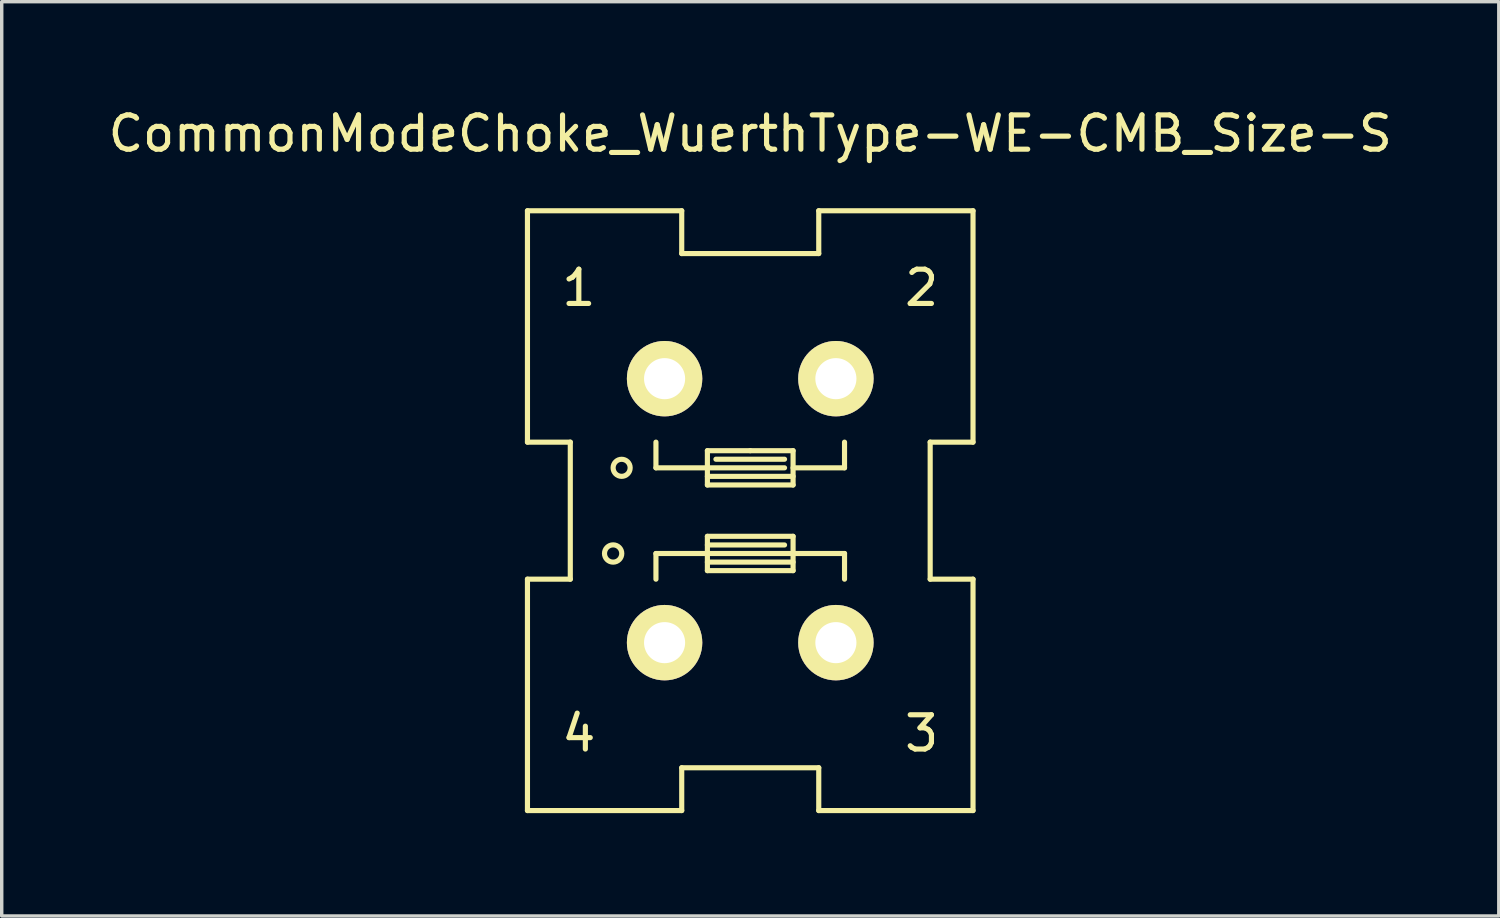
<source format=kicad_pcb>
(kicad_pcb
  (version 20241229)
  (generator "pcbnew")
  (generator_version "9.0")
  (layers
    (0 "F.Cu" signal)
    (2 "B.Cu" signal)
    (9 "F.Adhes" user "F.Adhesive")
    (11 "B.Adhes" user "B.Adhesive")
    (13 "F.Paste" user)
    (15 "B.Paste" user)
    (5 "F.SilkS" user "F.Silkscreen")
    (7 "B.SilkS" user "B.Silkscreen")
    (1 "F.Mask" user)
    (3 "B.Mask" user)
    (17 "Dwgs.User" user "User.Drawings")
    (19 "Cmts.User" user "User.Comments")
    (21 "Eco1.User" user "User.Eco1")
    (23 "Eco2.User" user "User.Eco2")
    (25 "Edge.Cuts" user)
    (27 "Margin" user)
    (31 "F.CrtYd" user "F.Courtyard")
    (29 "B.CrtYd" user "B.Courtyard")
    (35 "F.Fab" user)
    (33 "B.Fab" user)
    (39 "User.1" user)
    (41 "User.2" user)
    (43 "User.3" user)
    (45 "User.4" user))
  (footprint "CommonModeChoke_WuerthType-WE-CMB_Size-S"
    (layer "F.Cu")
    (at 18.839 11.849)
    (property "Reference" "CommonModeChoke_WuerthType-WE-CMB_Size-S" (at 0 -11.001 0) (layer "F.SilkS") (effects (font (size 1 1) (thickness 0.15))))
    (attr through_hole)
    (fp_line (start -6.5 -8.75) (end -6.5 -1.999) (stroke (width 0.15) (type solid)) (layer "F.SilkS"))
    (fp_line (start -6.5 -1.999) (end -5.25 -1.999) (stroke (width 0.15) (type solid)) (layer "F.SilkS"))
    (fp_line (start -6.5 1.999) (end -6.5 8.75) (stroke (width 0.15) (type solid)) (layer "F.SilkS"))
    (fp_line (start -6.5 8.75) (end -1.999 8.75) (stroke (width 0.15) (type solid)) (layer "F.SilkS"))
    (fp_line (start -5.25 -1.999) (end -5.25 1.999) (stroke (width 0.15) (type solid)) (layer "F.SilkS"))
    (fp_line (start -5.25 1.999) (end -6.5 1.999) (stroke (width 0.15) (type solid)) (layer "F.SilkS"))
    (fp_line (start -2.751 -1.25) (end -2.751 -1.999) (stroke (width 0.15) (type solid)) (layer "F.SilkS"))
    (fp_line (start -2.751 1.25) (end -2.751 1.999) (stroke (width 0.15) (type solid)) (layer "F.SilkS"))
    (fp_line (start -1.999 -8.75) (end -6.5 -8.75) (stroke (width 0.15) (type solid)) (layer "F.SilkS"))
    (fp_line (start -1.999 -7.501) (end -1.999 -8.75) (stroke (width 0.15) (type solid)) (layer "F.SilkS"))
    (fp_line (start -1.999 7.501) (end 1.999 7.501) (stroke (width 0.15) (type solid)) (layer "F.SilkS"))
    (fp_line (start -1.999 8.75) (end -1.999 7.501) (stroke (width 0.15) (type solid)) (layer "F.SilkS"))
    (fp_line (start -1.25 -1.75) (end 0 -1.75) (stroke (width 0.15) (type solid)) (layer "F.SilkS"))
    (fp_line (start -1.25 -1.25) (end -2.751 -1.25) (stroke (width 0.15) (type solid)) (layer "F.SilkS"))
    (fp_line (start -1.25 -1.001) (end 1.25 -1.001) (stroke (width 0.15) (type solid)) (layer "F.SilkS"))
    (fp_line (start -1.25 -0.749) (end -1.25 -1.75) (stroke (width 0.15) (type solid)) (layer "F.SilkS"))
    (fp_line (start -1.25 0.749) (end 1.25 0.749) (stroke (width 0.15) (type solid)) (layer "F.SilkS"))
    (fp_line (start -1.25 1.001) (end 1.001 1.001) (stroke (width 0.15) (type solid)) (layer "F.SilkS"))
    (fp_line (start -1.25 1.25) (end -2.751 1.25) (stroke (width 0.15) (type solid)) (layer "F.SilkS"))
    (fp_line (start -1.25 1.75) (end -1.25 0.749) (stroke (width 0.15) (type solid)) (layer "F.SilkS"))
    (fp_line (start 0 -1.75) (end 1.25 -1.75) (stroke (width 0.15) (type solid)) (layer "F.SilkS"))
    (fp_line (start 1.001 -1.501) (end -1.001 -1.501) (stroke (width 0.15) (type solid)) (layer "F.SilkS"))
    (fp_line (start 1.001 -1.25) (end -1.25 -1.25) (stroke (width 0.15) (type solid)) (layer "F.SilkS"))
    (fp_line (start 1.25 -1.75) (end 1.25 -0.749) (stroke (width 0.15) (type solid)) (layer "F.SilkS"))
    (fp_line (start 1.25 -1.25) (end 2.751 -1.25) (stroke (width 0.15) (type solid)) (layer "F.SilkS"))
    (fp_line (start 1.25 -0.749) (end -1.25 -0.749) (stroke (width 0.15) (type solid)) (layer "F.SilkS"))
    (fp_line (start 1.25 0.749) (end 1.25 1.75) (stroke (width 0.15) (type solid)) (layer "F.SilkS"))
    (fp_line (start 1.25 1.25) (end -1.25 1.25) (stroke (width 0.15) (type solid)) (layer "F.SilkS"))
    (fp_line (start 1.25 1.25) (end 2.751 1.25) (stroke (width 0.15) (type solid)) (layer "F.SilkS"))
    (fp_line (start 1.25 1.501) (end -1.25 1.501) (stroke (width 0.15) (type solid)) (layer "F.SilkS"))
    (fp_line (start 1.25 1.75) (end -1.25 1.75) (stroke (width 0.15) (type solid)) (layer "F.SilkS"))
    (fp_line (start 1.999 -8.75) (end 1.999 -7.501) (stroke (width 0.15) (type solid)) (layer "F.SilkS"))
    (fp_line (start 1.999 -7.501) (end -1.999 -7.501) (stroke (width 0.15) (type solid)) (layer "F.SilkS"))
    (fp_line (start 1.999 7.501) (end 1.999 8.75) (stroke (width 0.15) (type solid)) (layer "F.SilkS"))
    (fp_line (start 1.999 8.75) (end 6.5 8.75) (stroke (width 0.15) (type solid)) (layer "F.SilkS"))
    (fp_line (start 2.751 -1.25) (end 2.751 -1.999) (stroke (width 0.15) (type solid)) (layer "F.SilkS"))
    (fp_line (start 2.751 1.25) (end 2.751 1.999) (stroke (width 0.15) (type solid)) (layer "F.SilkS"))
    (fp_line (start 5.25 -1.999) (end 6.5 -1.999) (stroke (width 0.15) (type solid)) (layer "F.SilkS"))
    (fp_line (start 5.25 1.999) (end 5.25 -1.999) (stroke (width 0.15) (type solid)) (layer "F.SilkS"))
    (fp_line (start 6.5 -8.75) (end 1.999 -8.75) (stroke (width 0.15) (type solid)) (layer "F.SilkS"))
    (fp_line (start 6.5 -1.999) (end 6.5 -8.75) (stroke (width 0.15) (type solid)) (layer "F.SilkS"))
    (fp_line (start 6.5 1.999) (end 5.25 1.999) (stroke (width 0.15) (type solid)) (layer "F.SilkS"))
    (fp_line (start 6.5 8.75) (end 6.5 1.999) (stroke (width 0.15) (type solid)) (layer "F.SilkS"))
    (fp_circle (center -4 1.25) (end -4 0.998) (stroke (width 0.15) (type solid)) (fill no) (layer "F.SilkS"))
    (fp_circle (center -3.752 -1.25) (end -3.503 -1.25) (stroke (width 0.15) (type solid)) (fill no) (layer "F.SilkS"))
    (fp_text user "1" (at -5.001 -6.5 0) (layer "F.SilkS") (effects (font (size 1 1) (thickness 0.15))))
    (fp_text user "4" (at -5.001 6.5 0) (layer "F.SilkS") (effects (font (size 1 1) (thickness 0.15))))
    (fp_text user "2" (at 5.001 -6.5 0) (layer "F.SilkS") (effects (font (size 1 1) (thickness 0.15))))
    (fp_text user "3" (at 5.001 6.5 0) (layer "F.SilkS") (effects (font (size 1 1) (thickness 0.15))))
    (pad "1" thru_hole circle (at -2.499 -3.851) (size 2.2 2.2) (drill 1.199) (layers "*.Cu" "*.Mask" "F.SilkS"))
    (pad "2" thru_hole circle (at 2.499 -3.851) (size 2.2 2.2) (drill 1.199) (layers "*.Cu" "*.Mask" "F.SilkS"))
    (pad "3" thru_hole circle (at 2.499 3.851) (size 2.2 2.2) (drill 1.199) (layers "*.Cu" "*.Mask" "F.SilkS"))
    (pad "4" thru_hole circle (at -2.499 3.851) (size 2.2 2.2) (drill 1.199) (layers "*.Cu" "*.Mask" "F.SilkS")))
  (gr_rect
    (start -3 -3)
    (end 40.679 23.674)
    (stroke (width 0.1) (type default))
    (fill no)
    (layer "Edge.Cuts")))
</source>
